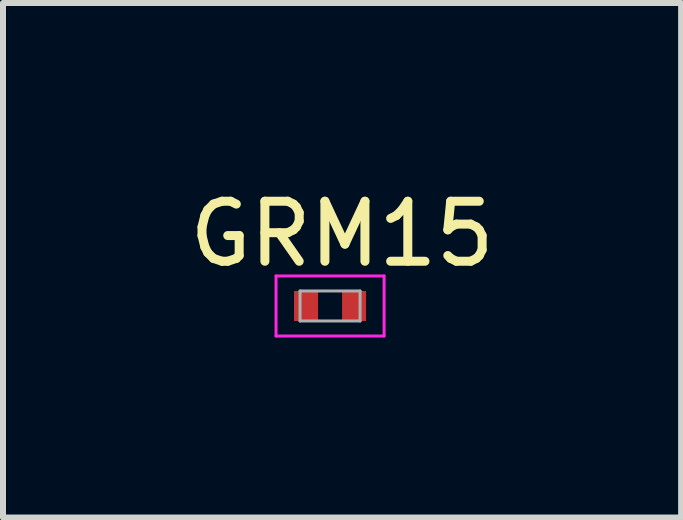
<source format=kicad_pcb>
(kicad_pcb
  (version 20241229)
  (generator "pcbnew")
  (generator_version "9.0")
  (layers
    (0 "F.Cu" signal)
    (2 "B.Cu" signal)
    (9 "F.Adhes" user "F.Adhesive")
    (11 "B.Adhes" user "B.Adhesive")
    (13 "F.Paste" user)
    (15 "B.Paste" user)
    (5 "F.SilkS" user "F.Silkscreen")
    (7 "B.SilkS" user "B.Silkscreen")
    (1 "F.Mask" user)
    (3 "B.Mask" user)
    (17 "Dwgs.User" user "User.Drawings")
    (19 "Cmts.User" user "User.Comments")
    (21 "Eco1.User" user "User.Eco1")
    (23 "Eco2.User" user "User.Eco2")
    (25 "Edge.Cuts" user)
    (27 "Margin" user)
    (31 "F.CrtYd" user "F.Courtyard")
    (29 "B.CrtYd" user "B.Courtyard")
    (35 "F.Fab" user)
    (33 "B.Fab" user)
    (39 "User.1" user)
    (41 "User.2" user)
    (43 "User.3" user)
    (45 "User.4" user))
  (footprint "GRM15"
    (layer "F.Cu")
    (at 2.449 2.048)
    (property "Reference" "GRM15" (at 0.2 -1.2 0) (layer "F.SilkS") (effects (font (size 1 1) (thickness 0.15))))
    (attr smd)
    (fp_line (start -0.9 -0.5) (end -0.9 0.5) (stroke (width 0.05) (type solid)) (layer "F.CrtYd"))
    (fp_line (start -0.9 -0.5) (end 0.9 -0.5) (stroke (width 0.05) (type solid)) (layer "F.CrtYd"))
    (fp_line (start -0.9 0.5) (end 0.9 0.5) (stroke (width 0.05) (type solid)) (layer "F.CrtYd"))
    (fp_line (start 0.9 -0.5) (end 0.9 0.5) (stroke (width 0.05) (type solid)) (layer "F.CrtYd"))
    (fp_line (start -0.5 -0.25) (end 0.5 -0.25) (stroke (width 0.05) (type solid)) (layer "F.Fab"))
    (fp_line (start -0.5 0.25) (end -0.5 -0.25) (stroke (width 0.05) (type solid)) (layer "F.Fab"))
    (fp_line (start 0.5 -0.25) (end 0.5 0.25) (stroke (width 0.05) (type solid)) (layer "F.Fab"))
    (fp_line (start 0.5 0.25) (end -0.5 0.25) (stroke (width 0.05) (type solid)) (layer "F.Fab"))
    (pad "1" smd rect (at -0.4 0) (size 0.4 0.5) (layers "F.Cu" "F.Mask" "F.Paste"))
    (pad "2" smd rect (at 0.4 0) (size 0.4 0.5) (layers "F.Cu" "F.Mask" "F.Paste")))
  (gr_rect
    (start -3 -3)
    (end 8.298 5.573)
    (stroke (width 0.1) (type default))
    (fill no)
    (layer "Edge.Cuts")))
</source>
